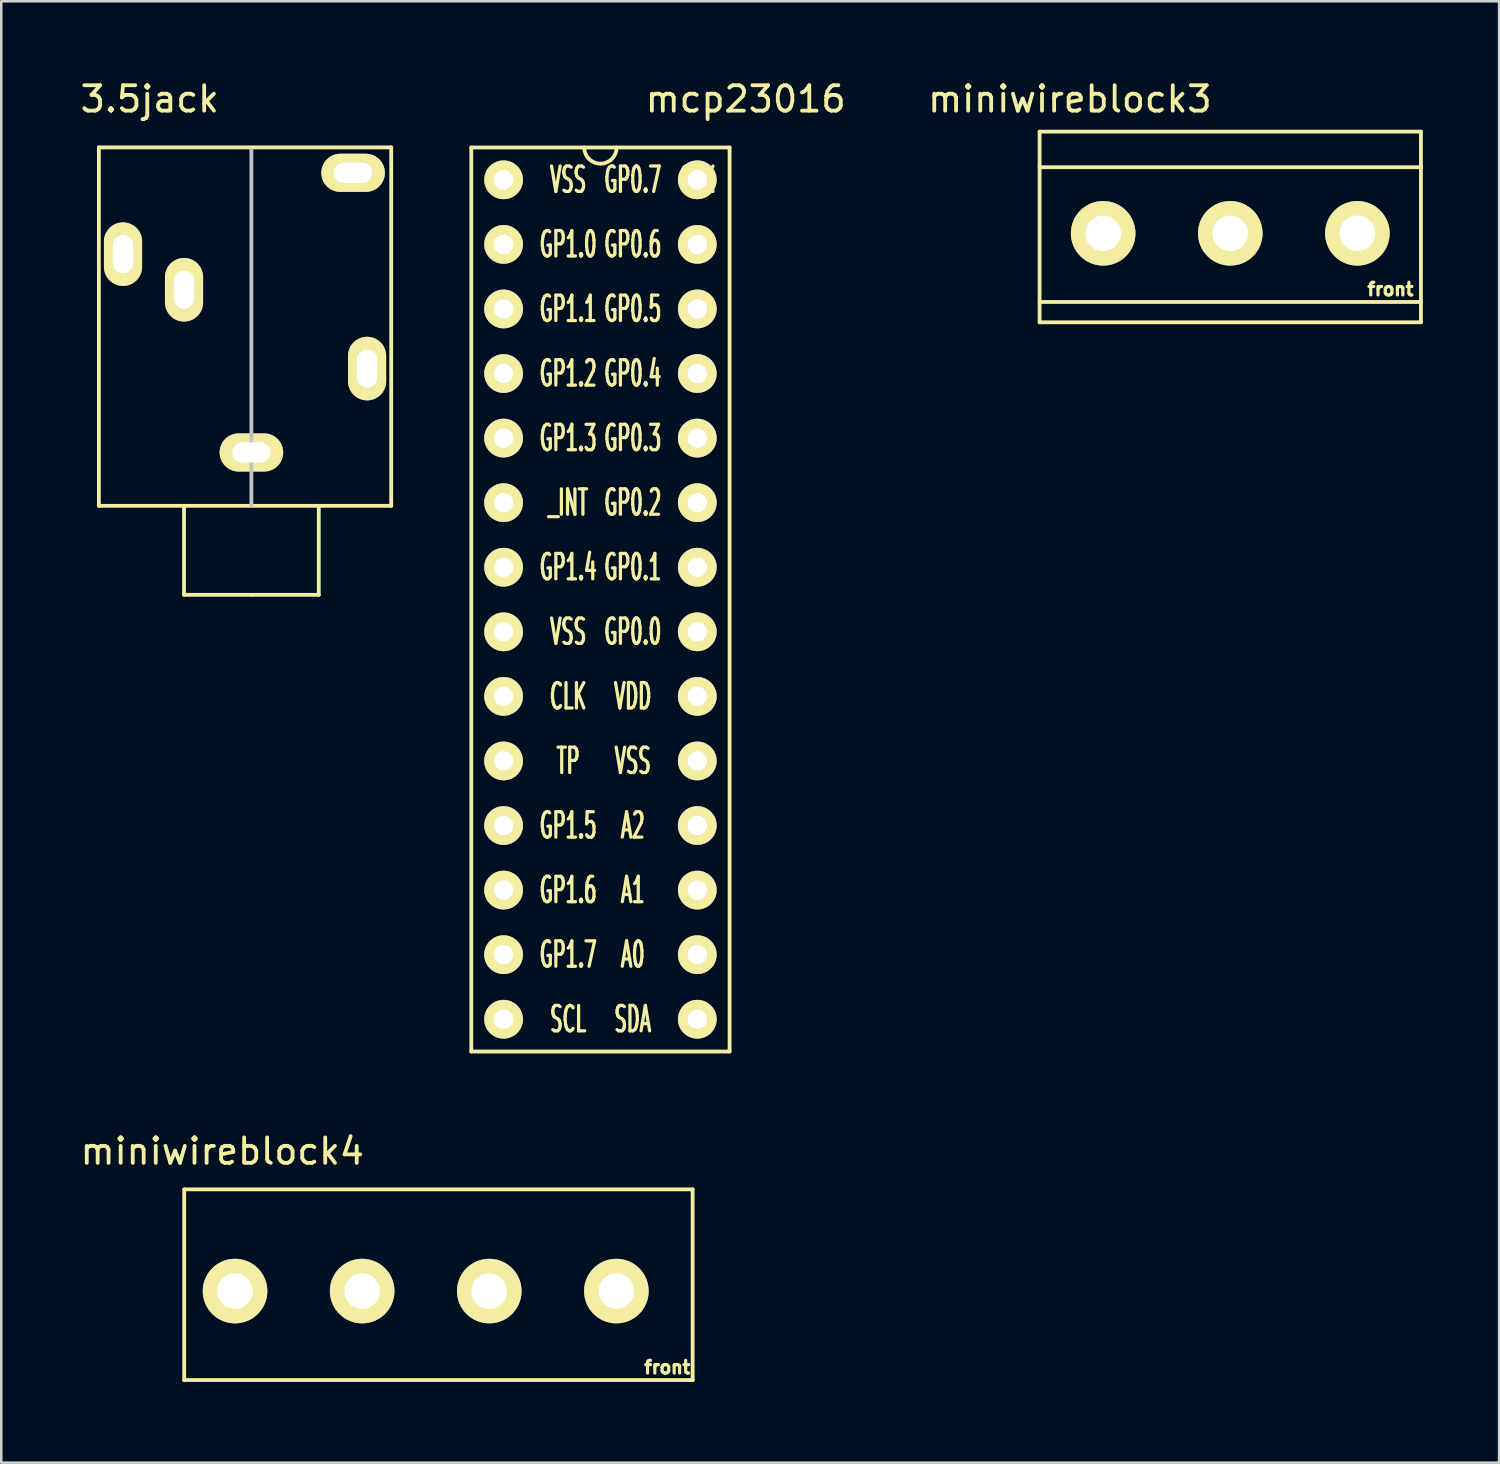
<source format=kicad_pcb>
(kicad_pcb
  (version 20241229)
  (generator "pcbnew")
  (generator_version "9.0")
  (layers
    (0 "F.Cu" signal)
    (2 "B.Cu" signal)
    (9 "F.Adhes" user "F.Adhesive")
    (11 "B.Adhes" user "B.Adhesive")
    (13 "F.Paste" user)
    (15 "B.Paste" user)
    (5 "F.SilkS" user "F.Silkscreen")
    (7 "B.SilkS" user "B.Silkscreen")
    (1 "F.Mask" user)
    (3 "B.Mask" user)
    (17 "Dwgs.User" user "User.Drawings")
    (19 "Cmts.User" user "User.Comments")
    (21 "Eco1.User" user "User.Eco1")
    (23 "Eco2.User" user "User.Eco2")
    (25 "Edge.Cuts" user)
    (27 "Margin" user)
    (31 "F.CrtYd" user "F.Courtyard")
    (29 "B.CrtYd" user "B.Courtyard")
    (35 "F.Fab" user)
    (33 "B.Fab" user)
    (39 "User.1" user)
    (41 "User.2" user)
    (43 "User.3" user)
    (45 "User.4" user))
  (footprint "miniwireblock4"
    (layer "F.Cu")
    (at 13.696 51.236)
    (property "Reference" "miniwireblock4" (at -8 -9 0) (layer "F.SilkS") (effects (font (size 1 1) (thickness 0.15))))
    (attr through_hole)
    (fp_line (start -9.5 -7.5) (end -9.5 0) (stroke (width 0.15) (type solid)) (layer "F.SilkS"))
    (fp_line (start -9.5 0) (end 10.5 0) (stroke (width 0.15) (type solid)) (layer "F.SilkS"))
    (fp_line (start 10.5 -7.5) (end -9.5 -7.5) (stroke (width 0.15) (type solid)) (layer "F.SilkS"))
    (fp_line (start 10.5 0) (end 10.5 -7.5) (stroke (width 0.15) (type solid)) (layer "F.SilkS"))
    (fp_text user "front" (at 9.5 -0.5 0) (layer "F.SilkS") (effects (font (size 0.5 0.5) (thickness 0.125))))
    (pad "1" thru_hole circle (at 7.5 -3.5) (size 2.54 2.54) (drill 1.397) (layers "*.Cu" "*.Mask" "F.SilkS"))
    (pad "2" thru_hole circle (at 2.5 -3.5) (size 2.54 2.54) (drill 1.397) (layers "*.Cu" "*.Mask" "F.SilkS"))
    (pad "3" thru_hole circle (at -2.5 -3.5) (size 2.54 2.54) (drill 1.397) (layers "*.Cu" "*.Mask" "F.SilkS"))
    (pad "4" thru_hole circle (at -7.5 -3.5) (size 2.54 2.54) (drill 1.397) (layers "*.Cu" "*.Mask" "F.SilkS")))
  (footprint "3.5jack"
    (layer "F.Cu")
    (at 0.839 16.848)
    (property "Reference" "3.5jack" (at 2 -16 0) (layer "F.SilkS") (effects (font (size 1 1) (thickness 0.15))))
    (attr through_hole)
    (fp_line (start 0 -14.1) (end 0 0) (stroke (width 0.15) (type solid)) (layer "F.SilkS"))
    (fp_line (start 0 0) (end 11.5 0) (stroke (width 0.15) (type solid)) (layer "F.SilkS"))
    (fp_line (start 3.35 3.5) (end 3.35 0) (stroke (width 0.15) (type solid)) (layer "F.SilkS"))
    (fp_line (start 6 3.5) (end 3.35 3.5) (stroke (width 0.15) (type solid)) (layer "F.SilkS"))
    (fp_line (start 6 3.5) (end 8.65 3.5) (stroke (width 0.15) (type solid)) (layer "F.SilkS"))
    (fp_line (start 8.65 3.5) (end 8.65 0) (stroke (width 0.15) (type solid)) (layer "F.SilkS"))
    (fp_line (start 11.5 -14.1) (end 0 -14.1) (stroke (width 0.15) (type solid)) (layer "F.SilkS"))
    (fp_line (start 11.5 0) (end 11.5 -14.1) (stroke (width 0.15) (type solid)) (layer "F.SilkS"))
    (fp_line (start 6 0) (end 6 -14) (stroke (width 0.15) (type solid)) (layer "Dwgs.User"))
    (pad "1" thru_hole oval (at 6 -2.1) (size 2.5 1.5) (drill oval 1.5 0.8) (layers "*.Cu" "*.Mask" "F.SilkS"))
    (pad "2" thru_hole oval (at 10.55 -5.4 90) (size 2.5 1.5) (drill oval 1.5 0.8) (layers "*.Cu" "*.Mask" "F.SilkS"))
    (pad "3" thru_hole oval (at 0.95 -9.9 90) (size 2.5 1.5) (drill oval 1.5 0.8) (layers "*.Cu" "*.Mask" "F.SilkS"))
    (pad "4" thru_hole oval (at 10 -13.1 180) (size 2.5 1.5) (drill oval 1.5 0.8) (layers "*.Cu" "*.Mask" "F.SilkS"))
    (pad "5" thru_hole oval (at 3.35 -8.5 90) (size 2.5 1.5) (drill oval 1.5 0.8) (layers "*.Cu" "*.Mask" "F.SilkS")))
  (footprint "miniwireblock3"
    (layer "F.Cu")
    (at 42.844 5.928)
    (property "Reference" "miniwireblock3" (at -3.81 -5.08 0) (layer "F.SilkS") (effects (font (size 1 1) (thickness 0.15))))
    (attr through_hole)
    (fp_line (start -5 -3.8) (end 10 -3.8) (stroke (width 0.15) (type solid)) (layer "F.SilkS"))
    (fp_line (start -5 -2.4) (end 10 -2.4) (stroke (width 0.15) (type solid)) (layer "F.SilkS"))
    (fp_line (start -5 2.9) (end 10 2.9) (stroke (width 0.15) (type solid)) (layer "F.SilkS"))
    (fp_line (start -5 3.7) (end -5 -3.8) (stroke (width 0.15) (type solid)) (layer "F.SilkS"))
    (fp_line (start 10 -3.8) (end 10 3.7) (stroke (width 0.15) (type solid)) (layer "F.SilkS"))
    (fp_line (start 10 3.7) (end -5 3.7) (stroke (width 0.15) (type solid)) (layer "F.SilkS"))
    (fp_text user "front" (at 8.8 2.4 0) (layer "F.SilkS") (effects (font (size 0.5 0.5) (thickness 0.125))))
    (pad "1" thru_hole circle (at -2.5 0.2) (size 2.54 2.54) (drill 1.397) (layers "*.Cu" "*.Mask" "F.SilkS"))
    (pad "2" thru_hole circle (at 2.5 0.2) (size 2.54 2.54) (drill 1.397) (layers "*.Cu" "*.Mask" "F.SilkS"))
    (pad "3" thru_hole circle (at 7.5 0.2) (size 2.54 2.54) (drill 1.397) (layers "*.Cu" "*.Mask" "F.SilkS")))
  (footprint "mcp23016"
    (layer "F.Cu")
    (at 24.379 4.023)
    (property "Reference" "mcp23016" (at 1.905 -3.175 0) (layer "F.SilkS") (effects (font (size 1 1) (thickness 0.15))))
    (attr through_hole)
    (fp_line (start -8.89 -1.27) (end 1.27 -1.27) (stroke (width 0.15) (type solid)) (layer "F.SilkS"))
    (fp_line (start -8.89 34.29) (end -8.89 -1.27) (stroke (width 0.15) (type solid)) (layer "F.SilkS"))
    (fp_line (start 1.27 -1.27) (end 1.27 34.29) (stroke (width 0.15) (type solid)) (layer "F.SilkS"))
    (fp_line (start 1.27 34.29) (end -8.89 34.29) (stroke (width 0.15) (type solid)) (layer "F.SilkS"))
    (fp_arc (start -3.175 -1.27) (mid -3.81 -0.635) (end -4.445 -1.27) (stroke (width 0.15) (type solid)) (layer "F.SilkS"))
    (fp_text user "GP1.2" (at -5.08 7.62 0) (layer "F.SilkS") (effects (font (size 1 0.508) (thickness 0.127))))
    (fp_text user "GP0.1" (at -2.54 15.24 0) (layer "F.SilkS") (effects (font (size 1 0.508) (thickness 0.127))))
    (fp_text user "GP1.1" (at -5.08 5.08 0) (layer "F.SilkS") (effects (font (size 1 0.508) (thickness 0.127))))
    (fp_text user "SCL" (at -5.08 33.02 0) (layer "F.SilkS") (effects (font (size 1 0.508) (thickness 0.127))))
    (fp_text user "VDD" (at -2.54 20.32 0) (layer "F.SilkS") (effects (font (size 1 0.508) (thickness 0.127))))
    (fp_text user "GP0.2" (at -2.54 12.7 0) (layer "F.SilkS") (effects (font (size 1 0.508) (thickness 0.127))))
    (fp_text user "VSS" (at -2.54 22.86 0) (layer "F.SilkS") (effects (font (size 1 0.508) (thickness 0.127))))
    (fp_text user "VSS" (at -5.08 17.78 0) (layer "F.SilkS") (effects (font (size 1 0.508) (thickness 0.127))))
    (fp_text user "GP0.3" (at -2.54 10.16 0) (layer "F.SilkS") (effects (font (size 1 0.508) (thickness 0.127))))
    (fp_text user "GP1.0" (at -5.08 2.54 0) (layer "F.SilkS") (effects (font (size 1 0.508) (thickness 0.127))))
    (fp_text user "CLK" (at -5.08 20.32 0) (layer "F.SilkS") (effects (font (size 1 0.508) (thickness 0.127))))
    (fp_text user "GP1.7" (at -5.08 30.48 0) (layer "F.SilkS") (effects (font (size 1 0.508) (thickness 0.127))))
    (fp_text user "GP1.6" (at -5.08 27.94 0) (layer "F.SilkS") (effects (font (size 1 0.508) (thickness 0.127))))
    (fp_text user "SDA" (at -2.54 33.02 0) (layer "F.SilkS") (effects (font (size 1 0.508) (thickness 0.127))))
    (fp_text user "A0" (at -2.54 30.48 0) (layer "F.SilkS") (effects (font (size 1 0.508) (thickness 0.127))))
    (fp_text user "A2" (at -2.54 25.4 0) (layer "F.SilkS") (effects (font (size 1 0.508) (thickness 0.127))))
    (fp_text user "GP0.4" (at -2.54 7.62 0) (layer "F.SilkS") (effects (font (size 1 0.508) (thickness 0.127))))
    (fp_text user "GP1.4" (at -5.08 15.24 0) (layer "F.SilkS") (effects (font (size 1 0.508) (thickness 0.127))))
    (fp_text user "VSS" (at -5.08 0 0) (layer "F.SilkS") (effects (font (size 1 0.508) (thickness 0.127))))
    (fp_text user "GP1.5" (at -5.08 25.4 0) (layer "F.SilkS") (effects (font (size 1 0.508) (thickness 0.127))))
    (fp_text user "GP0.5" (at -2.54 5.08 0) (layer "F.SilkS") (effects (font (size 1 0.508) (thickness 0.127))))
    (fp_text user "_INT" (at -5.08 12.7 0) (layer "F.SilkS") (effects (font (size 1 0.508) (thickness 0.127))))
    (fp_text user "GP0.7" (at -2.54 0 0) (layer "F.SilkS") (effects (font (size 1 0.508) (thickness 0.127))))
    (fp_text user "TP" (at -5.08 22.86 0) (layer "F.SilkS") (effects (font (size 1 0.508) (thickness 0.127))))
    (fp_text user "GP0.0" (at -2.54 17.78 0) (layer "F.SilkS") (effects (font (size 1 0.508) (thickness 0.127))))
    (fp_text user "CLK" (at 0 0 0) (layer "F.SilkS") (effects (font (size 1 0.508) (thickness 0.127))))
    (fp_text user "GP0.6" (at -2.54 2.54 0) (layer "F.SilkS") (effects (font (size 1 0.508) (thickness 0.127))))
    (fp_text user "GP1.3" (at -5.08 10.16 0) (layer "F.SilkS") (effects (font (size 1 0.508) (thickness 0.127))))
    (fp_text user "A1" (at -2.54 27.94 0) (layer "F.SilkS") (effects (font (size 1 0.508) (thickness 0.127))))
    (pad "1" thru_hole circle (at -7.62 0) (size 1.524 1.524) (drill 0.762) (layers "*.Cu" "*.Mask" "F.SilkS"))
    (pad "2" thru_hole circle (at -7.62 2.54) (size 1.524 1.524) (drill 0.762) (layers "*.Cu" "*.Mask" "F.SilkS"))
    (pad "3" thru_hole circle (at -7.62 5.08) (size 1.524 1.524) (drill 0.762) (layers "*.Cu" "*.Mask" "F.SilkS"))
    (pad "4" thru_hole circle (at -7.62 7.62) (size 1.524 1.524) (drill 0.762) (layers "*.Cu" "*.Mask" "F.SilkS"))
    (pad "5" thru_hole circle (at -7.62 10.16) (size 1.524 1.524) (drill 0.762) (layers "*.Cu" "*.Mask" "F.SilkS"))
    (pad "6" thru_hole circle (at -7.62 12.7) (size 1.524 1.524) (drill 0.762) (layers "*.Cu" "*.Mask" "F.SilkS"))
    (pad "7" thru_hole circle (at -7.62 15.24) (size 1.524 1.524) (drill 0.762) (layers "*.Cu" "*.Mask" "F.SilkS"))
    (pad "8" thru_hole circle (at -7.62 17.78) (size 1.524 1.524) (drill 0.762) (layers "*.Cu" "*.Mask" "F.SilkS"))
    (pad "9" thru_hole circle (at -7.62 20.32) (size 1.524 1.524) (drill 0.762) (layers "*.Cu" "*.Mask" "F.SilkS"))
    (pad "10" thru_hole circle (at -7.62 22.86) (size 1.524 1.524) (drill 0.762) (layers "*.Cu" "*.Mask" "F.SilkS"))
    (pad "11" thru_hole circle (at -7.62 25.4) (size 1.524 1.524) (drill 0.762) (layers "*.Cu" "*.Mask" "F.SilkS"))
    (pad "12" thru_hole circle (at -7.62 27.94) (size 1.524 1.524) (drill 0.762) (layers "*.Cu" "*.Mask" "F.SilkS"))
    (pad "13" thru_hole circle (at -7.62 30.48) (size 1.524 1.524) (drill 0.762) (layers "*.Cu" "*.Mask" "F.SilkS"))
    (pad "14" thru_hole circle (at -7.62 33.02) (size 1.524 1.524) (drill 0.762) (layers "*.Cu" "*.Mask" "F.SilkS"))
    (pad "15" thru_hole circle (at 0 33.02) (size 1.524 1.524) (drill 0.762) (layers "*.Cu" "*.Mask" "F.SilkS"))
    (pad "16" thru_hole circle (at 0 30.48) (size 1.524 1.524) (drill 0.762) (layers "*.Cu" "*.Mask" "F.SilkS"))
    (pad "17" thru_hole circle (at 0 27.94) (size 1.524 1.524) (drill 0.762) (layers "*.Cu" "*.Mask" "F.SilkS"))
    (pad "18" thru_hole circle (at 0 25.4) (size 1.524 1.524) (drill 0.762) (layers "*.Cu" "*.Mask" "F.SilkS"))
    (pad "19" thru_hole circle (at 0 22.86) (size 1.524 1.524) (drill 0.762) (layers "*.Cu" "*.Mask" "F.SilkS"))
    (pad "20" thru_hole circle (at 0 20.32) (size 1.524 1.524) (drill 0.762) (layers "*.Cu" "*.Mask" "F.SilkS"))
    (pad "21" thru_hole circle (at 0 17.78) (size 1.524 1.524) (drill 0.762) (layers "*.Cu" "*.Mask" "F.SilkS"))
    (pad "22" thru_hole circle (at 0 15.24) (size 1.524 1.524) (drill 0.762) (layers "*.Cu" "*.Mask" "F.SilkS"))
    (pad "23" thru_hole circle (at 0 12.7) (size 1.524 1.524) (drill 0.762) (layers "*.Cu" "*.Mask" "F.SilkS"))
    (pad "24" thru_hole circle (at 0 10.16) (size 1.524 1.524) (drill 0.762) (layers "*.Cu" "*.Mask" "F.SilkS"))
    (pad "25" thru_hole circle (at 0 7.62) (size 1.524 1.524) (drill 0.762) (layers "*.Cu" "*.Mask" "F.SilkS"))
    (pad "26" thru_hole circle (at 0 5.08) (size 1.524 1.524) (drill 0.762) (layers "*.Cu" "*.Mask" "F.SilkS"))
    (pad "27" thru_hole circle (at 0 2.54) (size 1.524 1.524) (drill 0.762) (layers "*.Cu" "*.Mask" "F.SilkS"))
    (pad "28" thru_hole circle (at 0 0) (size 1.524 1.524) (drill 0.762) (layers "*.Cu" "*.Mask" "F.SilkS")))
  (gr_rect
    (start -3 -3)
    (end 55.919 54.486)
    (stroke (width 0.1) (type default))
    (fill no)
    (layer "Edge.Cuts")))
</source>
